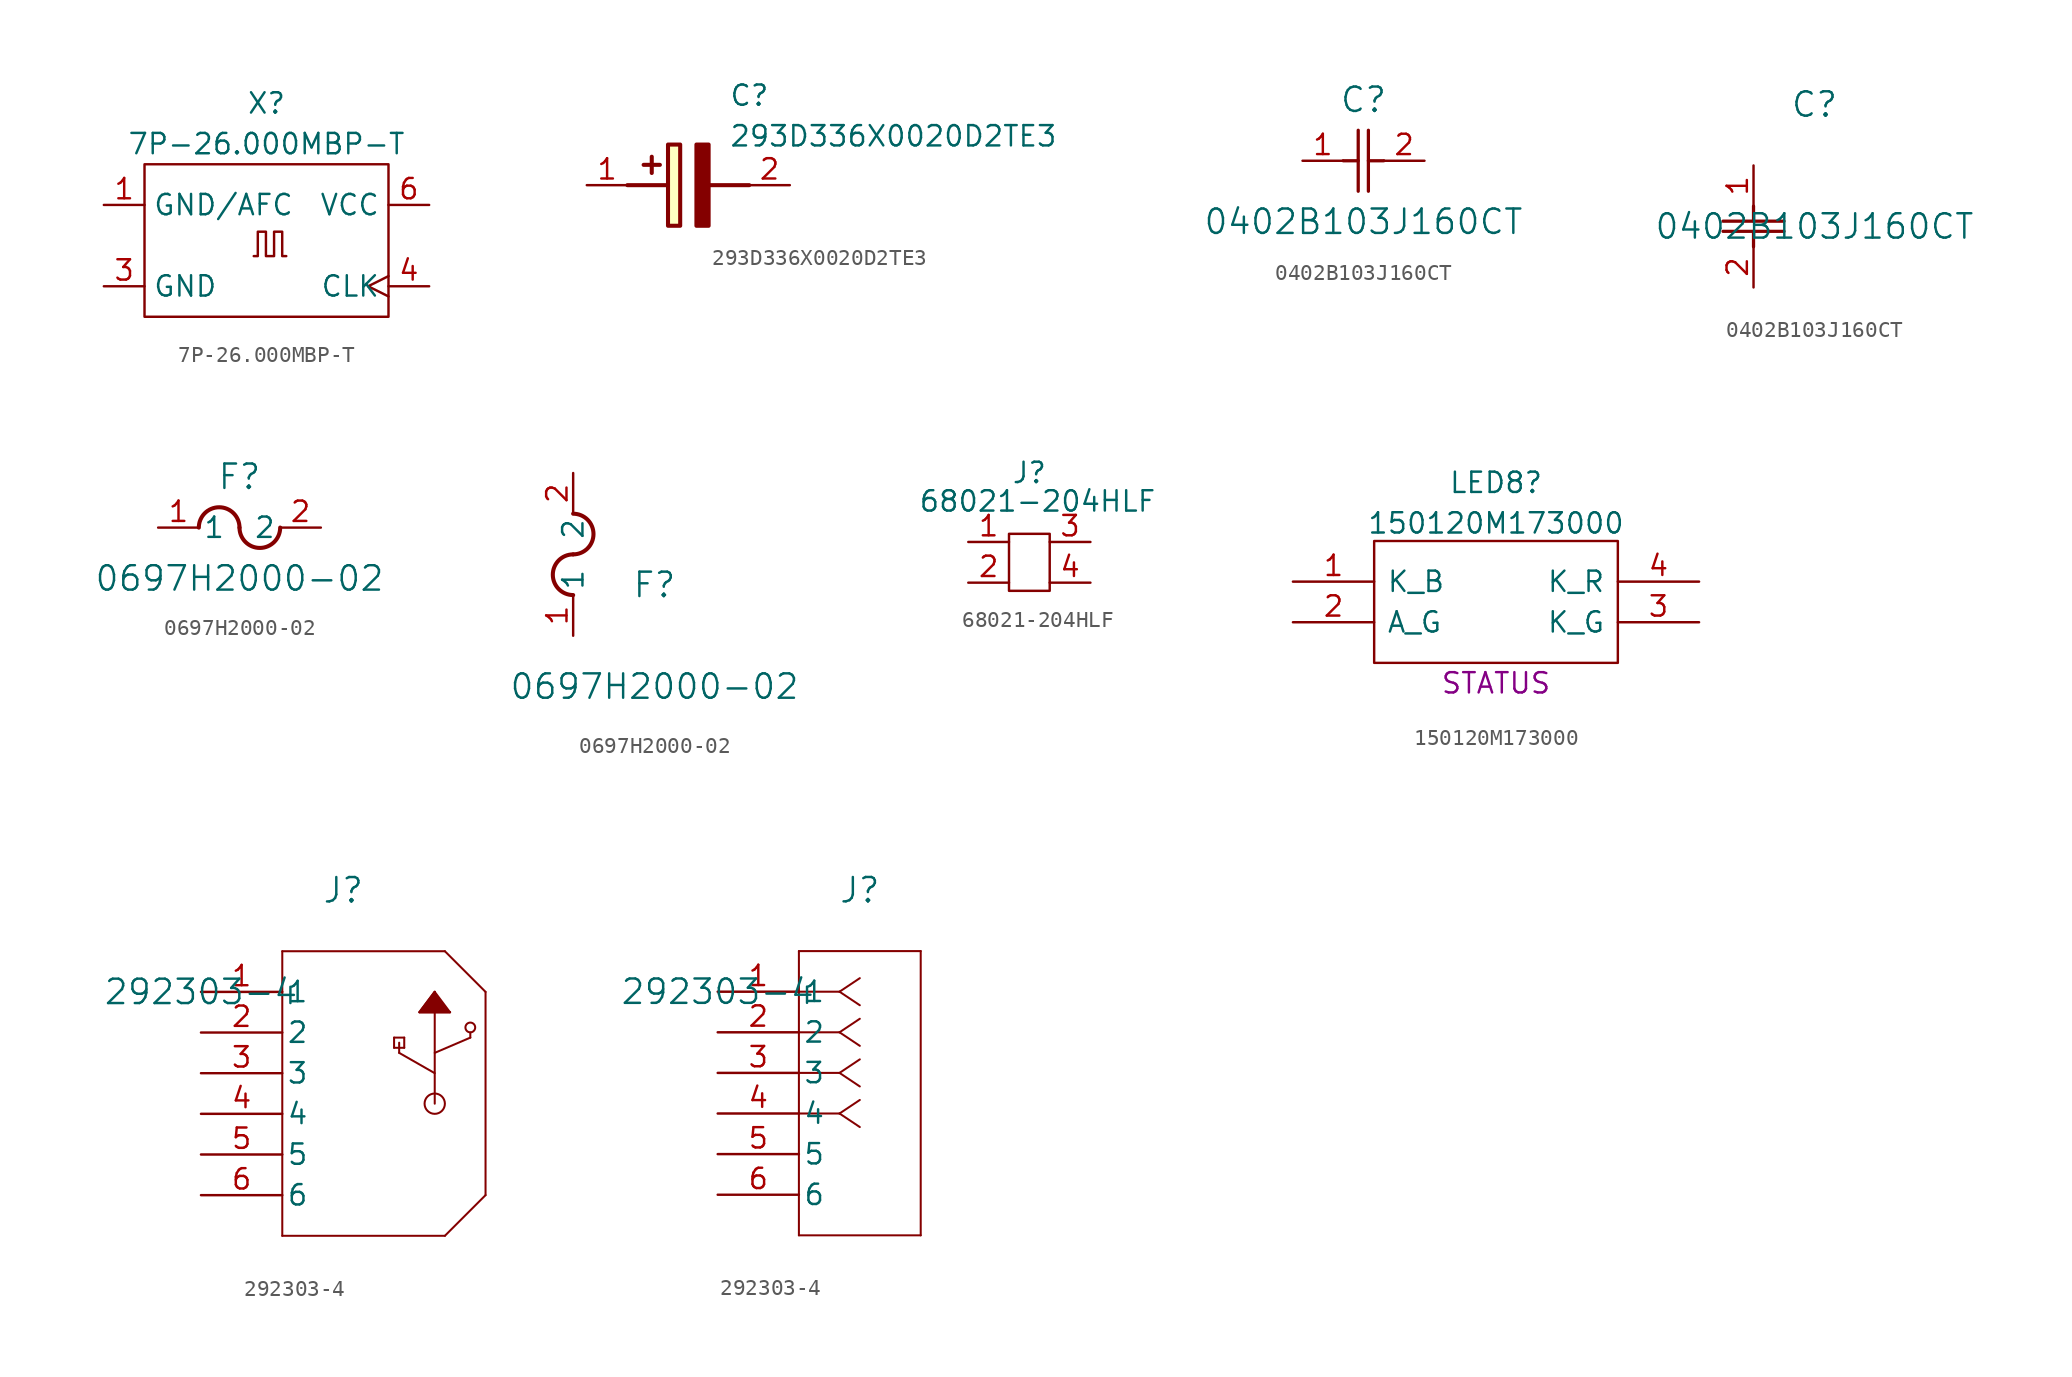
<source format=kicad_sym>
(kicad_symbol_lib
  (version 20231120)
  (generator "kicad_symbol_editor")
  (generator_version "8.0")
  (symbol "7P-26.000MBP-T"
    (property "Reference" "X"
      (at 10.16 3.81 0)
      (effects (font (size 1.27 1.27))))
    (property "Value" "7P-26.000MBP-T"
      (at 10.16 1.27 0)
      (effects (font (size 1.27 1.27))))
    (symbol "7P-26.000MBP-T_0_1"
      (polyline (pts (xy 9.363 -5.736) (xy 9.617 -5.736) (xy 9.617 -4.212) (xy 10.125 -4.212) (xy 10.125 -5.736) (xy 10.633 -5.736) (xy 10.633 -4.212) (xy 11.141 -4.212) (xy 11.141 -5.736) (xy 11.395 -5.736)) (stroke (width 0) (type default)) (fill (type none)))
      (rectangle (start 2.54 0) (end 17.78 -9.525) (stroke (width 0) (type default)) (fill (type none))))
    (symbol "7P-26.000MBP-T_1_1"
      (pin power_out line (at 0 -2.54 0) (length 2.54) (name "GND/AFC" (effects (font (size 1.27 1.27)))) (number "1" (effects (font (size 1.27 1.27)))))
      (pin power_out line (at 0 -7.62 0) (length 2.54) (name "GND" (effects (font (size 1.27 1.27)))) (number "3" (effects (font (size 1.27 1.27)))))
      (pin output clock (at 20.32 -7.62 180) (length 2.54) (name "CLK" (effects (font (size 1.27 1.27)))) (number "4" (effects (font (size 1.27 1.27)))))
      (pin power_in line (at 20.32 -2.54 180) (length 2.54) (name "VCC" (effects (font (size 1.27 1.27)))) (number "6" (effects (font (size 1.27 1.27)))))))
  (symbol "293D336X0020D2TE3"
    (pin_names hide)
    (property "Reference" "C"
      (at 8.89 6.35 0)
      (effects (font (size 1.27 1.27)) (justify left top)))
    (property "Value" "293D336X0020D2TE3"
      (at 8.89 3.81 0)
      (effects (font (size 1.27 1.27)) (justify left top)))
    (symbol "293D336X0020D2TE3_1_1"
      (polyline (pts (xy 2.54 0) (xy 5.08 0)) (stroke (width 0.254) (type default)) (fill (type none)))
      (polyline (pts (xy 4.064 1.778) (xy 4.064 0.762)) (stroke (width 0.254) (type default)) (fill (type none)))
      (polyline (pts (xy 4.572 1.27) (xy 3.556 1.27)) (stroke (width 0.254) (type default)) (fill (type none)))
      (polyline (pts (xy 7.62 0) (xy 10.16 0)) (stroke (width 0.254) (type default)) (fill (type none)))
      (polyline (pts (xy 7.62 2.54) (xy 7.62 -2.54) (xy 6.858 -2.54) (xy 6.858 2.54) (xy 7.62 2.54)) (stroke (width 0.254) (type default)) (fill (type outline)))
      (rectangle (start 5.08 2.54) (end 5.842 -2.54) (stroke (width 0.254) (type default)) (fill (type background)))
      (pin passive line (at 0 0 0) (length 2.54) (name "+" (effects (font (size 1.27 1.27)))) (number "1" (effects (font (size 1.27 1.27)))))
      (pin passive line (at 12.7 0 180) (length 2.54) (name "-" (effects (font (size 1.27 1.27)))) (number "2" (effects (font (size 1.27 1.27)))))))
  (symbol "0402B103J160CT"
    (pin_names
      (offset 0.254))
    (property "Reference" "C"
      (at 3.81 3.81 0)
      (effects (font (size 1.524 1.524))))
    (property "Value" "0402B103J160CT"
      (at 3.81 -3.81 0)
      (effects (font (size 1.524 1.524))))
    (property "ki_locked" ""
      (at 0 0 0)
      (effects (font (size 1.27 1.27))))
    (symbol "0402B103J160CT_1_1"
      (polyline (pts (xy 2.54 0) (xy 3.48 0)) (stroke (width 0.203) (type default)) (fill (type none)))
      (polyline (pts (xy 3.48 -1.905) (xy 3.48 1.905)) (stroke (width 0.203) (type default)) (fill (type none)))
      (polyline (pts (xy 4.115 -1.905) (xy 4.115 1.905)) (stroke (width 0.203) (type default)) (fill (type none)))
      (polyline (pts (xy 4.115 0) (xy 5.08 0)) (stroke (width 0.203) (type default)) (fill (type none)))
      (pin unspecified line (at 0 0 0) (length 2.54) (name "" (effects (font (size 1.27 1.27)))) (number "1" (effects (font (size 1.27 1.27)))))
      (pin unspecified line (at 7.62 0 180) (length 2.54) (name "" (effects (font (size 1.27 1.27)))) (number "2" (effects (font (size 1.27 1.27))))))
    (symbol "0402B103J160CT_1_2"
      (polyline (pts (xy -1.905 -4.115) (xy 1.905 -4.115)) (stroke (width 0.203) (type default)) (fill (type none)))
      (polyline (pts (xy -1.905 -3.48) (xy 1.905 -3.48)) (stroke (width 0.203) (type default)) (fill (type none)))
      (polyline (pts (xy 0 -4.115) (xy 0 -5.08)) (stroke (width 0.203) (type default)) (fill (type none)))
      (polyline (pts (xy 0 -2.54) (xy 0 -3.48)) (stroke (width 0.203) (type default)) (fill (type none)))
      (pin unspecified line (at 0 0 270) (length 2.54) (name "" (effects (font (size 1.27 1.27)))) (number "1" (effects (font (size 1.27 1.27)))))
      (pin unspecified line (at 0 -7.62 90) (length 2.54) (name "" (effects (font (size 1.27 1.27)))) (number "2" (effects (font (size 1.27 1.27)))))))
  (symbol "0697H2000-02"
    (pin_names
      (offset 0.254))
    (property "Reference" "F"
      (at 5.08 3.175 0)
      (effects (font (size 1.524 1.524))))
    (property "Value" "0697H2000-02"
      (at 5.08 -3.175 0)
      (effects (font (size 1.524 1.524))))
    (property "ki_locked" ""
      (at 0 0 0)
      (effects (font (size 1.27 1.27))))
    (symbol "0697H2000-02_1_1"
      (arc (start 5.08 0) (mid 3.81 1.27) (end 2.54 0) (stroke (width 0.254) (type default)) (fill (type none)))
      (arc (start 5.08 0) (mid 6.35 -1.27) (end 7.62 0) (stroke (width 0.254) (type default)) (fill (type none)))
      (pin unspecified line (at 0 0 0) (length 2.54) (name "1" (effects (font (size 1.27 1.27)))) (number "1" (effects (font (size 1.27 1.27)))))
      (pin unspecified line (at 10.16 0 180) (length 2.54) (name "2" (effects (font (size 1.27 1.27)))) (number "2" (effects (font (size 1.27 1.27))))))
    (symbol "0697H2000-02_1_2"
      (arc (start 0 5.08) (mid -1.27 3.81) (end 0 2.54) (stroke (width 0.254) (type default)) (fill (type none)))
      (arc (start 0 5.08) (mid 1.27 6.35) (end 0 7.62) (stroke (width 0.254) (type default)) (fill (type none)))
      (pin unspecified line (at 0 0 90) (length 2.54) (name "1" (effects (font (size 1.27 1.27)))) (number "1" (effects (font (size 1.27 1.27)))))
      (pin unspecified line (at 0 10.16 270) (length 2.54) (name "2" (effects (font (size 1.27 1.27)))) (number "2" (effects (font (size 1.27 1.27)))))))
  (symbol "68021-204HLF"
    (pin_names hide)
    (property "Reference" "J"
      (at 3.81 1.778 0)
      (effects (font (size 1.27 1.27))))
    (property "Value" "68021-204HLF"
      (at 4.318 0 0)
      (effects (font (size 1.27 1.27))))
    (symbol "68021-204HLF_0_0"
      (pin unspecified line (at 0 -2.54 0) (length 2.54) (name "" (effects (font (size 1.27 1.27)))) (number "1" (effects (font (size 1.27 1.27)))))
      (pin unspecified line (at 0 -5.08 0) (length 2.54) (name "" (effects (font (size 1.27 1.27)))) (number "2" (effects (font (size 1.27 1.27)))))
      (pin unspecified line (at 7.62 -2.54 180) (length 2.54) (name "" (effects (font (size 1.27 1.27)))) (number "3" (effects (font (size 1.27 1.27)))))
      (pin unspecified line (at 7.62 -5.08 180) (length 2.54) (name "" (effects (font (size 1.27 1.27)))) (number "4" (effects (font (size 1.27 1.27))))))
    (symbol "68021-204HLF_0_1"
      (rectangle (start 2.54 -2.032) (end 5.08 -5.588) (stroke (width 0) (type default)) (fill (type none)))))
  (symbol "150120M173000"
    (pin_names
      (offset 0.762))
    (property "Reference" "LED8"
      (at 12.7 6.189 0)
      (effects (font (size 1.27 1.27))))
    (property "Value" "150120M173000"
      (at 12.7 3.652 0)
      (effects (font (size 1.27 1.27))))
    (property "Note" "STATUS"
      (at 12.7 -6.35 0)
      (effects (font (size 1.27 1.27))))
    (symbol "150120M173000_0_0"
      (pin passive line (at 0 0 0) (length 5.08) (name "K_B" (effects (font (size 1.27 1.27)))) (number "1" (effects (font (size 1.27 1.27)))))
      (pin passive line (at 0 -2.54 0) (length 5.08) (name "A_G" (effects (font (size 1.27 1.27)))) (number "2" (effects (font (size 1.27 1.27)))))
      (pin passive line (at 25.4 -2.54 180) (length 5.08) (name "K_G" (effects (font (size 1.27 1.27)))) (number "3" (effects (font (size 1.27 1.27)))))
      (pin passive line (at 25.4 0 180) (length 5.08) (name "K_R" (effects (font (size 1.27 1.27)))) (number "4" (effects (font (size 1.27 1.27))))))
    (symbol "150120M173000_0_1"
      (polyline (pts (xy 5.08 2.54) (xy 20.32 2.54) (xy 20.32 -5.08) (xy 5.08 -5.08) (xy 5.08 2.54)) (stroke (width 0.152) (type default)) (fill (type none)))))
  (symbol "292303-4"
    (pin_names
      (offset 0.254))
    (property "Reference" "J"
      (at 8.89 6.35 0)
      (effects (font (size 1.524 1.524))))
    (property "Value" "292303-4"
      (at 0 0 0)
      (effects (font (size 1.524 1.524))))
    (property "ki_locked" ""
      (at 0 0 0)
      (effects (font (size 1.27 1.27))))
    (symbol "292303-4_1_1"
      (polyline (pts (xy 5.08 -15.24) (xy 15.24 -15.24)) (stroke (width 0.127) (type default)) (fill (type none)))
      (polyline (pts (xy 5.08 2.54) (xy 5.08 -15.24)) (stroke (width 0.127) (type default)) (fill (type none)))
      (polyline (pts (xy 12.065 -3.493) (xy 12.7 -3.493)) (stroke (width 0.127) (type default)) (fill (type none)))
      (polyline (pts (xy 12.065 -2.857) (xy 12.065 -3.493)) (stroke (width 0.127) (type default)) (fill (type none)))
      (polyline (pts (xy 12.383 -3.81) (xy 14.605 -5.08)) (stroke (width 0.127) (type default)) (fill (type none)))
      (polyline (pts (xy 12.383 -3.175) (xy 12.383 -3.81)) (stroke (width 0.127) (type default)) (fill (type none)))
      (polyline (pts (xy 12.7 -3.493) (xy 12.7 -2.857)) (stroke (width 0.127) (type default)) (fill (type none)))
      (polyline (pts (xy 12.7 -2.857) (xy 12.065 -2.857)) (stroke (width 0.127) (type default)) (fill (type none)))
      (polyline (pts (xy 13.652 -1.27) (xy 15.557 -1.27)) (stroke (width 0.127) (type default)) (fill (type none)))
      (polyline (pts (xy 14.605 -1.27) (xy 14.605 -6.985)) (stroke (width 0.127) (type default)) (fill (type none)))
      (polyline (pts (xy 14.605 0) (xy 13.652 -1.27)) (stroke (width 0.127) (type default)) (fill (type none)))
      (polyline (pts (xy 14.605 0) (xy 15.557 -1.27)) (stroke (width 0.127) (type default)) (fill (type none)))
      (polyline (pts (xy 15.24 2.54) (xy 5.08 2.54)) (stroke (width 0.127) (type default)) (fill (type none)))
      (polyline (pts (xy 15.24 2.54) (xy 17.78 0)) (stroke (width 0.127) (type default)) (fill (type none)))
      (polyline (pts (xy 16.828 -2.857) (xy 14.605 -3.81)) (stroke (width 0.127) (type default)) (fill (type none)))
      (polyline (pts (xy 16.828 -2.54) (xy 16.828 -2.857)) (stroke (width 0.127) (type default)) (fill (type none)))
      (polyline (pts (xy 17.78 -12.7) (xy 15.24 -15.24)) (stroke (width 0.127) (type default)) (fill (type none)))
      (polyline (pts (xy 17.78 -12.7) (xy 17.78 0)) (stroke (width 0.127) (type default)) (fill (type none)))
      (polyline (pts (xy 14.605 0) (xy 13.652 -1.27) (xy 15.557 -1.27)) (stroke (width 0) (type default)) (fill (type outline)))
      (circle (center 14.605 -6.985) (radius 0.635) (stroke (width 0.127) (type default)) (fill (type none)))
      (circle (center 16.828 -2.223) (radius 0.305) (stroke (width 0.127) (type default)) (fill (type none)))
      (pin unspecified line (at 0 0 0) (length 5.08) (name "1" (effects (font (size 1.27 1.27)))) (number "1" (effects (font (size 1.27 1.27)))))
      (pin unspecified line (at 0 -2.54 0) (length 5.08) (name "2" (effects (font (size 1.27 1.27)))) (number "2" (effects (font (size 1.27 1.27)))))
      (pin unspecified line (at 0 -5.08 0) (length 5.08) (name "3" (effects (font (size 1.27 1.27)))) (number "3" (effects (font (size 1.27 1.27)))))
      (pin unspecified line (at 0 -7.62 0) (length 5.08) (name "4" (effects (font (size 1.27 1.27)))) (number "4" (effects (font (size 1.27 1.27)))))
      (pin unspecified line (at 0 -10.16 0) (length 5.08) (name "5" (effects (font (size 1.27 1.27)))) (number "5" (effects (font (size 1.27 1.27)))))
      (pin unspecified line (at 0 -12.7 0) (length 5.08) (name "6" (effects (font (size 1.27 1.27)))) (number "6" (effects (font (size 1.27 1.27))))))
    (symbol "292303-4_1_2"
      (polyline (pts (xy 5.08 -15.24) (xy 12.7 -15.24)) (stroke (width 0.127) (type default)) (fill (type none)))
      (polyline (pts (xy 5.08 2.54) (xy 5.08 -15.24)) (stroke (width 0.127) (type default)) (fill (type none)))
      (polyline (pts (xy 7.62 -7.62) (xy 5.08 -7.62)) (stroke (width 0.127) (type default)) (fill (type none)))
      (polyline (pts (xy 7.62 -7.62) (xy 8.89 -8.467)) (stroke (width 0.127) (type default)) (fill (type none)))
      (polyline (pts (xy 7.62 -7.62) (xy 8.89 -6.773)) (stroke (width 0.127) (type default)) (fill (type none)))
      (polyline (pts (xy 7.62 -5.08) (xy 5.08 -5.08)) (stroke (width 0.127) (type default)) (fill (type none)))
      (polyline (pts (xy 7.62 -5.08) (xy 8.89 -5.927)) (stroke (width 0.127) (type default)) (fill (type none)))
      (polyline (pts (xy 7.62 -5.08) (xy 8.89 -4.233)) (stroke (width 0.127) (type default)) (fill (type none)))
      (polyline (pts (xy 7.62 -2.54) (xy 5.08 -2.54)) (stroke (width 0.127) (type default)) (fill (type none)))
      (polyline (pts (xy 7.62 -2.54) (xy 8.89 -3.387)) (stroke (width 0.127) (type default)) (fill (type none)))
      (polyline (pts (xy 7.62 -2.54) (xy 8.89 -1.693)) (stroke (width 0.127) (type default)) (fill (type none)))
      (polyline (pts (xy 7.62 0) (xy 5.08 0)) (stroke (width 0.127) (type default)) (fill (type none)))
      (polyline (pts (xy 7.62 0) (xy 8.89 -0.847)) (stroke (width 0.127) (type default)) (fill (type none)))
      (polyline (pts (xy 7.62 0) (xy 8.89 0.847)) (stroke (width 0.127) (type default)) (fill (type none)))
      (polyline (pts (xy 12.7 -15.24) (xy 12.7 2.54)) (stroke (width 0.127) (type default)) (fill (type none)))
      (polyline (pts (xy 12.7 2.54) (xy 5.08 2.54)) (stroke (width 0.127) (type default)) (fill (type none)))
      (pin unspecified line (at 0 0 0) (length 5.08) (name "1" (effects (font (size 1.27 1.27)))) (number "1" (effects (font (size 1.27 1.27)))))
      (pin unspecified line (at 0 -2.54 0) (length 5.08) (name "2" (effects (font (size 1.27 1.27)))) (number "2" (effects (font (size 1.27 1.27)))))
      (pin unspecified line (at 0 -5.08 0) (length 5.08) (name "3" (effects (font (size 1.27 1.27)))) (number "3" (effects (font (size 1.27 1.27)))))
      (pin unspecified line (at 0 -7.62 0) (length 5.08) (name "4" (effects (font (size 1.27 1.27)))) (number "4" (effects (font (size 1.27 1.27)))))
      (pin unspecified line (at 0 -10.16 0) (length 5.08) (name "5" (effects (font (size 1.27 1.27)))) (number "5" (effects (font (size 1.27 1.27)))))
      (pin unspecified line (at 0 -12.7 0) (length 5.08) (name "6" (effects (font (size 1.27 1.27)))) (number "6" (effects (font (size 1.27 1.27))))))))
</source>
